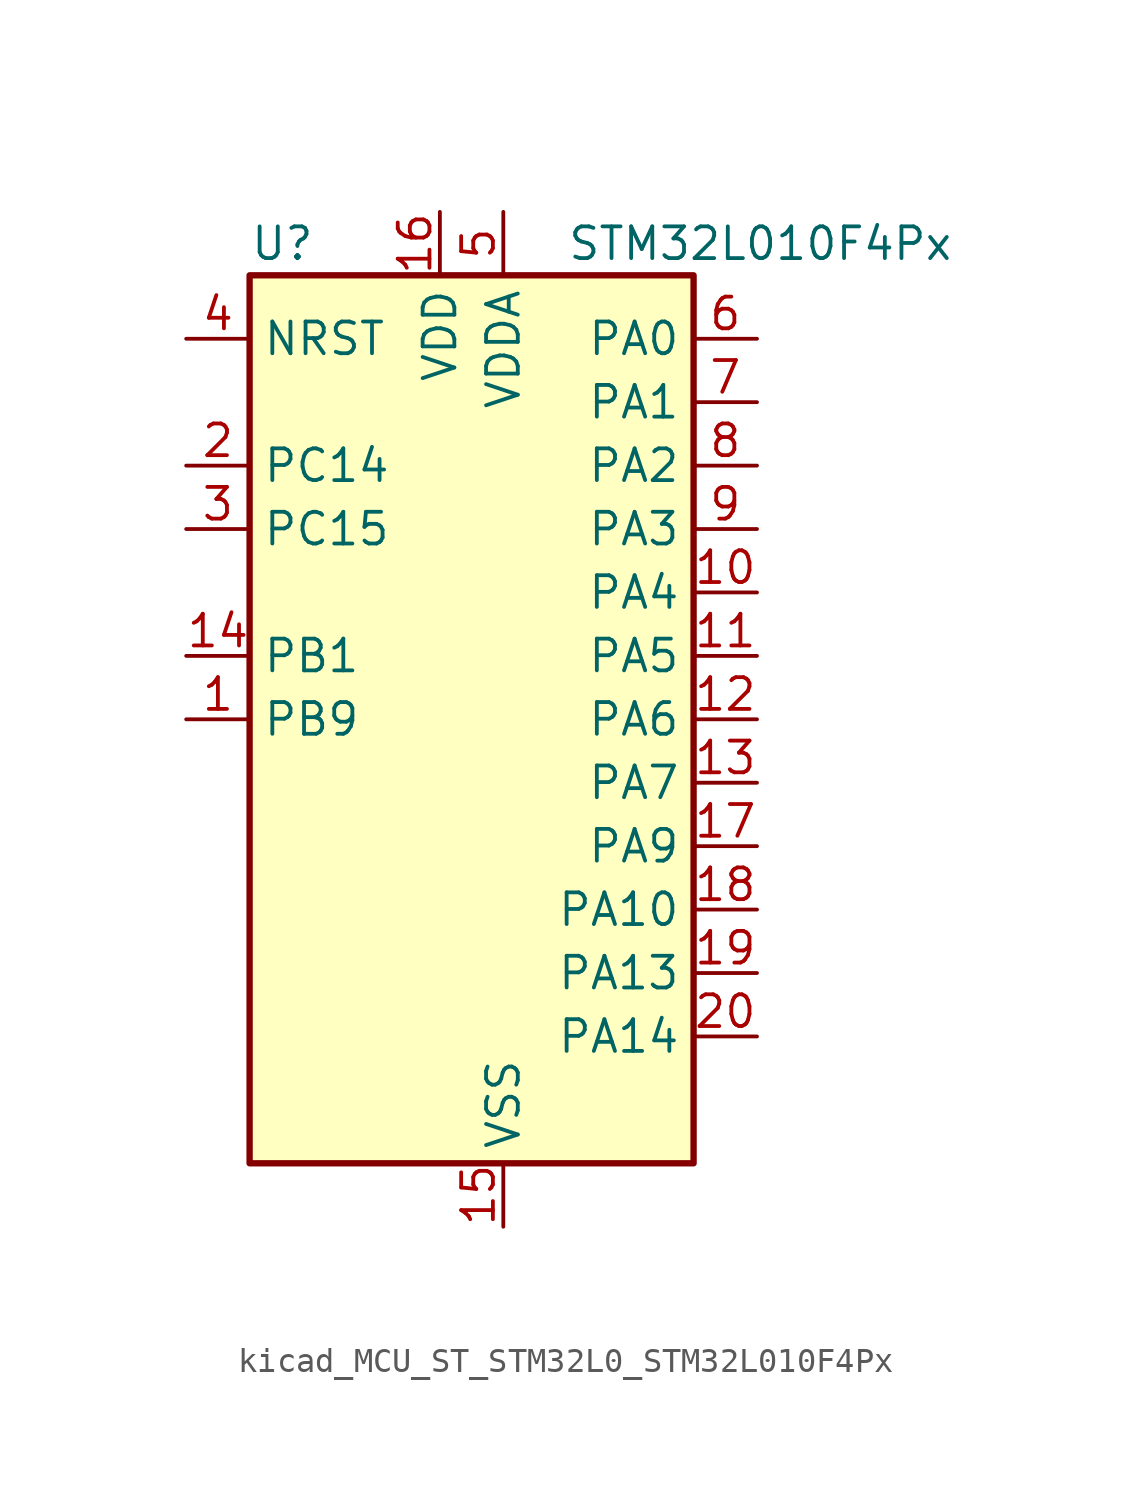
<source format=kicad_sym>
(kicad_symbol_lib
  (version 20220914)
  (generator kicad_symbol_editor)
  (symbol "kicad_MCU_ST_STM32L0_STM32L010F4Px"
    (property "Reference" "U"
      (at -7.62 19.05 0)
      (effects (font (size 1.27 1.27)) (justify left)))
    (property "Value" "STM32L010F4Px"
      (at 5.08 19.05 0)
      (effects (font (size 1.27 1.27)) (justify left)))
    (property "ki_locked" ""
      (at 0 0 0)
      (effects (font (size 1.27 1.27))))
    (symbol "kicad_MCU_ST_STM32L0_STM32L010F4Px_0_1"
      (rectangle (start -7.62 -17.78) (end 10.16 17.78) (stroke (width 0.254) (type default)) (fill (type background))))
    (symbol "kicad_MCU_ST_STM32L0_STM32L010F4Px_1_1"
      (pin bidirectional line (at -10.16 0 0) (length 2.54) (name "PB9" (effects (font (size 1.27 1.27)))) (number "1" (effects (font (size 1.27 1.27)))))
      (pin bidirectional line (at 12.7 5.08 180) (length 2.54) (name "PA4" (effects (font (size 1.27 1.27)))) (number "10" (effects (font (size 1.27 1.27)))) (alternate "ADC_IN4" bidirectional line) (alternate "I2C1_SCL" bidirectional line) (alternate "LPTIM1_ETR" bidirectional line) (alternate "LPTIM1_IN1" bidirectional line) (alternate "LPUART1_TX" bidirectional line) (alternate "SPI1_NSS" bidirectional line) (alternate "TIM2_ETR" bidirectional line) (alternate "USART2_CK" bidirectional line))
      (pin bidirectional line (at 12.7 2.54 180) (length 2.54) (name "PA5" (effects (font (size 1.27 1.27)))) (number "11" (effects (font (size 1.27 1.27)))) (alternate "ADC_IN5" bidirectional line) (alternate "LPTIM1_IN2" bidirectional line) (alternate "SPI1_SCK" bidirectional line) (alternate "TIM2_CH1" bidirectional line) (alternate "TIM2_ETR" bidirectional line))
      (pin bidirectional line (at 12.7 0 180) (length 2.54) (name "PA6" (effects (font (size 1.27 1.27)))) (number "12" (effects (font (size 1.27 1.27)))) (alternate "ADC_IN6" bidirectional line) (alternate "LPTIM1_ETR" bidirectional line) (alternate "LPUART1_CTS" bidirectional line) (alternate "SPI1_MISO" bidirectional line))
      (pin bidirectional line (at 12.7 -2.54 180) (length 2.54) (name "PA7" (effects (font (size 1.27 1.27)))) (number "13" (effects (font (size 1.27 1.27)))) (alternate "ADC_IN7" bidirectional line) (alternate "LPTIM1_OUT" bidirectional line) (alternate "SPI1_MOSI" bidirectional line) (alternate "TIM21_ETR" bidirectional line) (alternate "USART2_CTS" bidirectional line))
      (pin bidirectional line (at -10.16 2.54 0) (length 2.54) (name "PB1" (effects (font (size 1.27 1.27)))) (number "14" (effects (font (size 1.27 1.27)))) (alternate "ADC_IN9" bidirectional line) (alternate "LPTIM1_IN1" bidirectional line) (alternate "LPUART1_DE" bidirectional line) (alternate "LPUART1_RTS" bidirectional line) (alternate "SPI1_MOSI" bidirectional line) (alternate "SYS_VREF_OUT_PB1" bidirectional line) (alternate "TIM2_CH4" bidirectional line) (alternate "USART2_CK" bidirectional line))
      (pin power_in line (at 2.54 -20.32 90) (length 2.54) (name "VSS" (effects (font (size 1.27 1.27)))) (number "15" (effects (font (size 1.27 1.27)))))
      (pin power_in line (at 0 20.32 270) (length 2.54) (name "VDD" (effects (font (size 1.27 1.27)))) (number "16" (effects (font (size 1.27 1.27)))))
      (pin bidirectional line (at 12.7 -5.08 180) (length 2.54) (name "PA9" (effects (font (size 1.27 1.27)))) (number "17" (effects (font (size 1.27 1.27)))) (alternate "I2C1_SCL" bidirectional line) (alternate "LPTIM1_OUT" bidirectional line) (alternate "RCC_MCO" bidirectional line) (alternate "TIM21_CH2" bidirectional line) (alternate "USART2_TX" bidirectional line))
      (pin bidirectional line (at 12.7 -7.62 180) (length 2.54) (name "PA10" (effects (font (size 1.27 1.27)))) (number "18" (effects (font (size 1.27 1.27)))) (alternate "I2C1_SDA" bidirectional line) (alternate "RTC_REFIN" bidirectional line) (alternate "TIM21_CH1" bidirectional line) (alternate "TIM2_CH3" bidirectional line) (alternate "USART2_RX" bidirectional line))
      (pin bidirectional line (at 12.7 -10.16 180) (length 2.54) (name "PA13" (effects (font (size 1.27 1.27)))) (number "19" (effects (font (size 1.27 1.27)))) (alternate "I2C1_SDA" bidirectional line) (alternate "LPTIM1_ETR" bidirectional line) (alternate "LPUART1_RX" bidirectional line) (alternate "SPI1_SCK" bidirectional line) (alternate "SYS_SWDIO" bidirectional line))
      (pin bidirectional line (at -10.16 10.16 0) (length 2.54) (name "PC14" (effects (font (size 1.27 1.27)))) (number "2" (effects (font (size 1.27 1.27)))) (alternate "RCC_OSC32_IN" bidirectional line))
      (pin bidirectional line (at 12.7 -12.7 180) (length 2.54) (name "PA14" (effects (font (size 1.27 1.27)))) (number "20" (effects (font (size 1.27 1.27)))) (alternate "I2C1_SMBA" bidirectional line) (alternate "LPTIM1_OUT" bidirectional line) (alternate "LPUART1_TX" bidirectional line) (alternate "SPI1_MISO" bidirectional line) (alternate "SYS_SWCLK" bidirectional line) (alternate "USART2_TX" bidirectional line))
      (pin bidirectional line (at -10.16 7.62 0) (length 2.54) (name "PC15" (effects (font (size 1.27 1.27)))) (number "3" (effects (font (size 1.27 1.27)))) (alternate "RCC_OSC32_OUT" bidirectional line))
      (pin input line (at -10.16 15.24 0) (length 2.54) (name "NRST" (effects (font (size 1.27 1.27)))) (number "4" (effects (font (size 1.27 1.27)))))
      (pin power_in line (at 2.54 20.32 270) (length 2.54) (name "VDDA" (effects (font (size 1.27 1.27)))) (number "5" (effects (font (size 1.27 1.27)))))
      (pin bidirectional line (at 12.7 15.24 180) (length 2.54) (name "PA0" (effects (font (size 1.27 1.27)))) (number "6" (effects (font (size 1.27 1.27)))) (alternate "ADC_IN0" bidirectional line) (alternate "LPTIM1_IN1" bidirectional line) (alternate "LPUART1_RX" bidirectional line) (alternate "RCC_CK_IN" bidirectional line) (alternate "RTC_TAMP2" bidirectional line) (alternate "SYS_WKUP1" bidirectional line) (alternate "TIM2_CH1" bidirectional line) (alternate "TIM2_ETR" bidirectional line) (alternate "USART2_CTS" bidirectional line) (alternate "USART2_RX" bidirectional line))
      (pin bidirectional line (at 12.7 12.7 180) (length 2.54) (name "PA1" (effects (font (size 1.27 1.27)))) (number "7" (effects (font (size 1.27 1.27)))) (alternate "ADC_IN1" bidirectional line) (alternate "I2C1_SMBA" bidirectional line) (alternate "LPTIM1_IN2" bidirectional line) (alternate "LPUART1_TX" bidirectional line) (alternate "TIM21_ETR" bidirectional line) (alternate "TIM2_CH2" bidirectional line) (alternate "USART2_DE" bidirectional line) (alternate "USART2_RTS" bidirectional line))
      (pin bidirectional line (at 12.7 10.16 180) (length 2.54) (name "PA2" (effects (font (size 1.27 1.27)))) (number "8" (effects (font (size 1.27 1.27)))) (alternate "ADC_IN2" bidirectional line) (alternate "LPUART1_TX" bidirectional line) (alternate "RTC_OUT_ALARM" bidirectional line) (alternate "RTC_OUT_CALIB" bidirectional line) (alternate "RTC_TAMP3" bidirectional line) (alternate "RTC_TS" bidirectional line) (alternate "SYS_WKUP3" bidirectional line) (alternate "TIM21_CH1" bidirectional line) (alternate "TIM2_CH3" bidirectional line) (alternate "USART2_TX" bidirectional line))
      (pin bidirectional line (at 12.7 7.62 180) (length 2.54) (name "PA3" (effects (font (size 1.27 1.27)))) (number "9" (effects (font (size 1.27 1.27)))) (alternate "ADC_IN3" bidirectional line) (alternate "LPUART1_RX" bidirectional line) (alternate "TIM21_CH2" bidirectional line) (alternate "TIM2_CH4" bidirectional line) (alternate "USART2_RX" bidirectional line)))))
</source>
